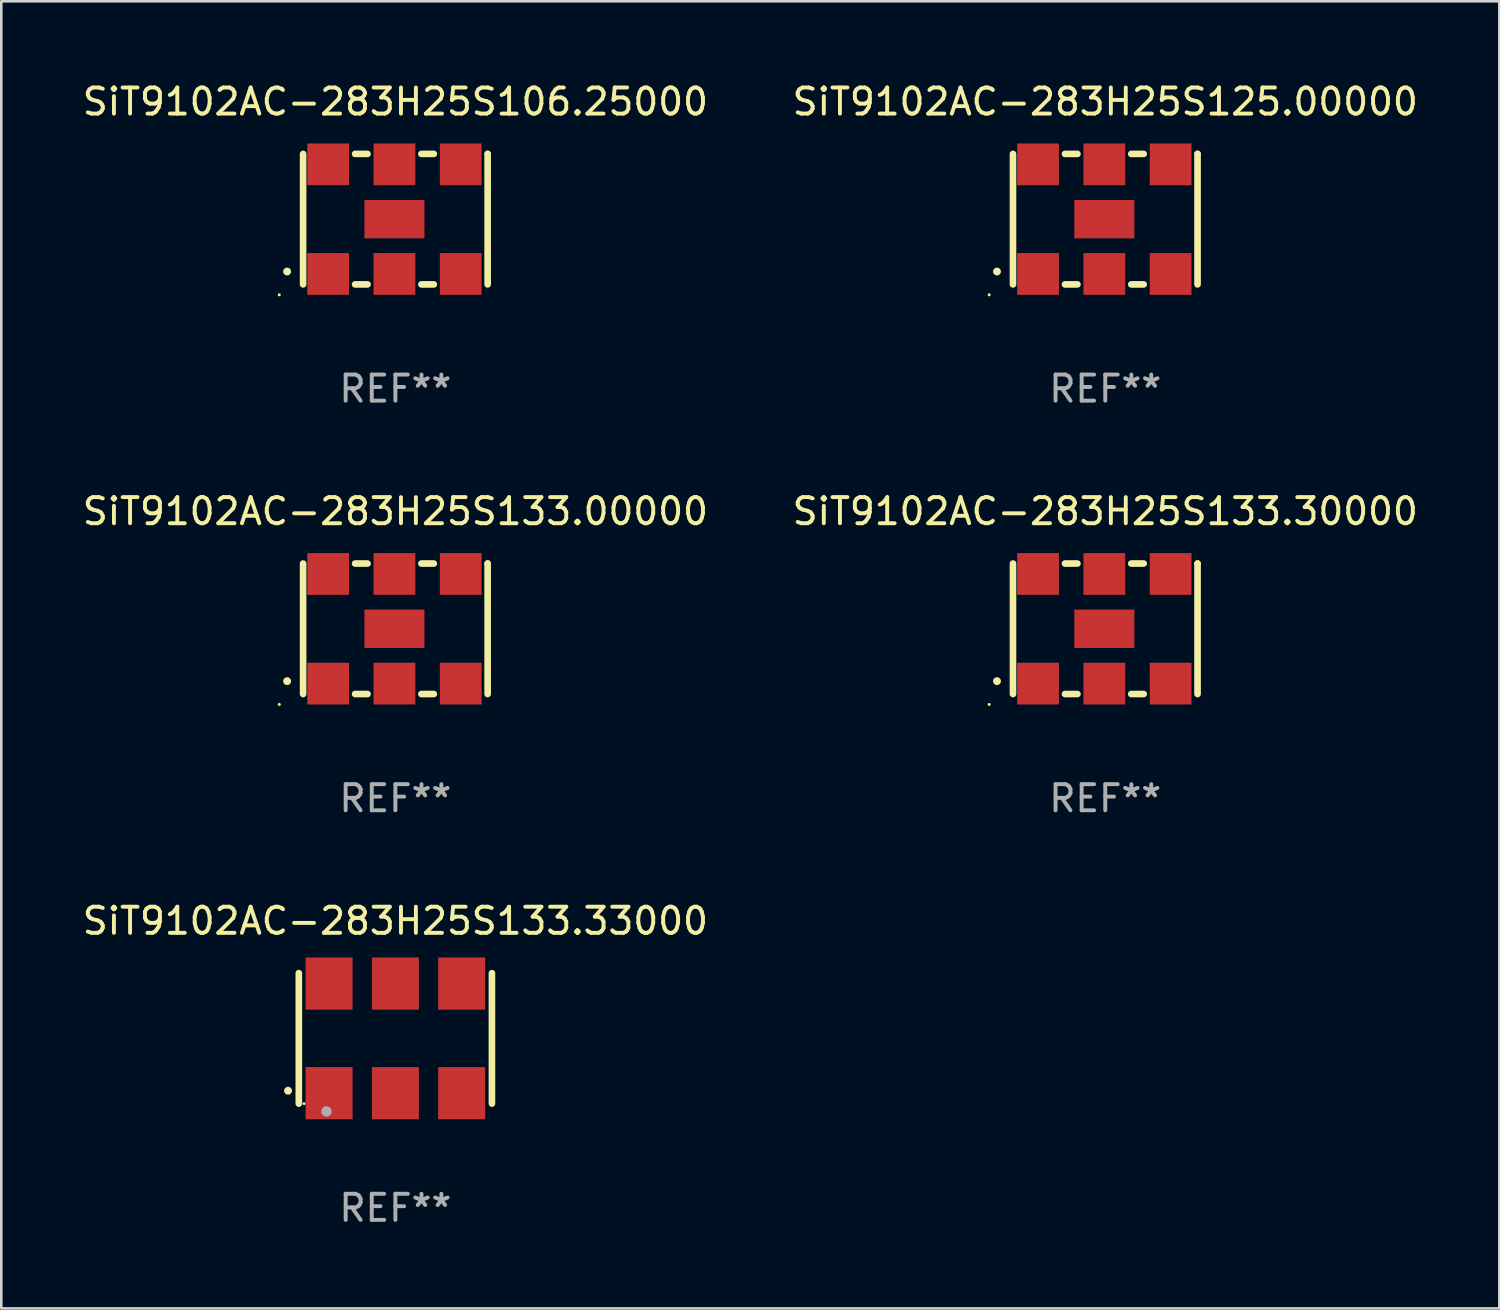
<source format=kicad_pcb>
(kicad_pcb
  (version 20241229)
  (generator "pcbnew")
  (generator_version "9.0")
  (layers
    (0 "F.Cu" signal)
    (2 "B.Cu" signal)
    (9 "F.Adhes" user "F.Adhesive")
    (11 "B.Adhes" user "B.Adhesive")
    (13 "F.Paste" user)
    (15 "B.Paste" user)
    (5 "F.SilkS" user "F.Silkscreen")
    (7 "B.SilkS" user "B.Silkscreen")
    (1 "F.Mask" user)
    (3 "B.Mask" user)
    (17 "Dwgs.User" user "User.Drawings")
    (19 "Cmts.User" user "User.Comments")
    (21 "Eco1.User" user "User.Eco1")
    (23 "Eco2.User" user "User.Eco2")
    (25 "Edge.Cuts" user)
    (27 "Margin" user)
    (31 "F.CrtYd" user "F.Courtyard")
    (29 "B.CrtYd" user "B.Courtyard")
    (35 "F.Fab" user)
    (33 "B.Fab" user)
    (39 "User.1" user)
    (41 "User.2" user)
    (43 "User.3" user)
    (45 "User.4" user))
  (footprint "SiT9102AC-283H25S125.00000"
    (layer "F.Cu")
    (at 39.304 5.348)
    (property "Reference" "SiT9102AC-283H25S125.00000" (at 0 -4.5 0) (layer "F.SilkS") (effects (font (size 1 1) (thickness 0.15))))
    (attr through_hole)
    (fp_line (start -3.536 -2.5) (end -3.536 2.5) (stroke (width 0.254) (type solid)) (layer "F.SilkS"))
    (fp_line (start -1.544 2.5) (end -1.067 2.5) (stroke (width 0.254) (type solid)) (layer "F.SilkS"))
    (fp_line (start -1.067 -2.5) (end -1.544 -2.5) (stroke (width 0.254) (type solid)) (layer "F.SilkS"))
    (fp_line (start 0.996 2.5) (end 1.473 2.5) (stroke (width 0.254) (type solid)) (layer "F.SilkS"))
    (fp_line (start 1.473 -2.5) (end 0.996 -2.5) (stroke (width 0.254) (type solid)) (layer "F.SilkS"))
    (fp_line (start 3.536 -2.5) (end 3.536 -2.5) (stroke (width 0.254) (type solid)) (layer "F.SilkS"))
    (fp_line (start 3.536 2.5) (end 3.536 -2.5) (stroke (width 0.254) (type solid)) (layer "F.SilkS"))
    (fp_arc (start -4.150432 2.006604) (mid -4.149162 2.006599) (end -4.147892 2.006604) (stroke (width 0.3) (type solid)) (layer "F.SilkS"))
    (fp_circle (center -4.449 2.9) (end -4.419 2.9) (stroke (width 0.06) (type solid)) (fill no) (layer "F.SilkS"))
    (fp_text user "REF**" (at 0 6.5 0) (layer "F.Fab") (effects (font (size 1 1) (thickness 0.15))))
    (pad "1" smd rect (at -2.576 2.1) (size 1.6 1.6) (layers "F.Cu" "F.Mask" "F.Paste"))
    (pad "2" smd rect (at -0.036 2.1) (size 1.6 1.6) (layers "F.Cu" "F.Mask" "F.Paste"))
    (pad "3" smd rect (at 2.504 2.1) (size 1.6 1.6) (layers "F.Cu" "F.Mask" "F.Paste"))
    (pad "4" smd rect (at 2.504 -2.1) (size 1.6 1.6) (layers "F.Cu" "F.Mask" "F.Paste"))
    (pad "5" smd rect (at -0.036 -2.1) (size 1.6 1.6) (layers "F.Cu" "F.Mask" "F.Paste"))
    (pad "6" smd rect (at -2.576 -2.1) (size 1.6 1.6) (layers "F.Cu" "F.Mask" "F.Paste"))
    (pad "7" smd rect (at -0.036 0) (size 2.3 1.47) (layers "F.Cu" "F.Mask" "F.Paste")))
  (footprint "SiT9102AC-283H25S133.33000"
    (layer "F.Cu")
    (at 12.101 36.741)
    (property "Reference" "SiT9102AC-283H25S133.33000" (at 0 -4.5 0) (layer "F.SilkS") (effects (font (size 1 1) (thickness 0.15))))
    (attr through_hole)
    (fp_line (start -3.7 -2.5) (end -3.7 2.5) (stroke (width 0.254) (type solid)) (layer "F.SilkS"))
    (fp_line (start 3.7 -2.5) (end 3.7 2.5) (stroke (width 0.254) (type solid)) (layer "F.SilkS"))
    (fp_arc (start -4.114415 2.006604) (mid -4.113145 2.006599) (end -4.111875 2.006604) (stroke (width 0.3) (type solid)) (layer "F.SilkS"))
    (fp_circle (center -3.5 2.501) (end -3.47 2.501) (stroke (width 0.06) (type solid)) (fill no) (layer "F.SilkS"))
    (fp_circle (center -2.641 2.799) (end -2.541 2.799) (stroke (width 0.2) (type solid)) (fill no) (layer "F.Fab"))
    (fp_text user "REF**" (at 0 6.5 0) (layer "F.Fab") (effects (font (size 1 1) (thickness 0.15))))
    (pad "1" smd rect (at -2.54 2.1) (size 1.8 2) (layers "F.Cu" "F.Mask" "F.Paste"))
    (pad "2" smd rect (at 0.000394 2.1) (size 1.8 2) (layers "F.Cu" "F.Mask" "F.Paste"))
    (pad "3" smd rect (at 2.54 2.1) (size 1.8 2) (layers "F.Cu" "F.Mask" "F.Paste"))
    (pad "4" smd rect (at 2.54 -2.1) (size 1.8 2) (layers "F.Cu" "F.Mask" "F.Paste"))
    (pad "5" smd rect (at 0.000394 -2.1) (size 1.8 2) (layers "F.Cu" "F.Mask" "F.Paste"))
    (pad "6" smd rect (at -2.54 -2.1) (size 1.8 2) (layers "F.Cu" "F.Mask" "F.Paste")))
  (footprint "SiT9102AC-283H25S106.25000"
    (layer "F.Cu")
    (at 12.101 5.348)
    (property "Reference" "SiT9102AC-283H25S106.25000" (at 0 -4.5 0) (layer "F.SilkS") (effects (font (size 1 1) (thickness 0.15))))
    (attr through_hole)
    (fp_line (start -3.536 -2.5) (end -3.536 2.5) (stroke (width 0.254) (type solid)) (layer "F.SilkS"))
    (fp_line (start -1.544 2.5) (end -1.067 2.5) (stroke (width 0.254) (type solid)) (layer "F.SilkS"))
    (fp_line (start -1.067 -2.5) (end -1.544 -2.5) (stroke (width 0.254) (type solid)) (layer "F.SilkS"))
    (fp_line (start 0.996 2.5) (end 1.473 2.5) (stroke (width 0.254) (type solid)) (layer "F.SilkS"))
    (fp_line (start 1.473 -2.5) (end 0.996 -2.5) (stroke (width 0.254) (type solid)) (layer "F.SilkS"))
    (fp_line (start 3.536 -2.5) (end 3.536 -2.5) (stroke (width 0.254) (type solid)) (layer "F.SilkS"))
    (fp_line (start 3.536 2.5) (end 3.536 -2.5) (stroke (width 0.254) (type solid)) (layer "F.SilkS"))
    (fp_arc (start -4.150432 2.006604) (mid -4.149162 2.006599) (end -4.147892 2.006604) (stroke (width 0.3) (type solid)) (layer "F.SilkS"))
    (fp_circle (center -4.449 2.9) (end -4.419 2.9) (stroke (width 0.06) (type solid)) (fill no) (layer "F.SilkS"))
    (fp_text user "REF**" (at 0 6.5 0) (layer "F.Fab") (effects (font (size 1 1) (thickness 0.15))))
    (pad "1" smd rect (at -2.576 2.1) (size 1.6 1.6) (layers "F.Cu" "F.Mask" "F.Paste"))
    (pad "2" smd rect (at -0.036 2.1) (size 1.6 1.6) (layers "F.Cu" "F.Mask" "F.Paste"))
    (pad "3" smd rect (at 2.504 2.1) (size 1.6 1.6) (layers "F.Cu" "F.Mask" "F.Paste"))
    (pad "4" smd rect (at 2.504 -2.1) (size 1.6 1.6) (layers "F.Cu" "F.Mask" "F.Paste"))
    (pad "5" smd rect (at -0.036 -2.1) (size 1.6 1.6) (layers "F.Cu" "F.Mask" "F.Paste"))
    (pad "6" smd rect (at -2.576 -2.1) (size 1.6 1.6) (layers "F.Cu" "F.Mask" "F.Paste"))
    (pad "7" smd rect (at -0.036 0) (size 2.3 1.47) (layers "F.Cu" "F.Mask" "F.Paste")))
  (footprint "SiT9102AC-283H25S133.00000"
    (layer "F.Cu")
    (at 12.101 21.045)
    (property "Reference" "SiT9102AC-283H25S133.00000" (at 0 -4.5 0) (layer "F.SilkS") (effects (font (size 1 1) (thickness 0.15))))
    (attr through_hole)
    (fp_line (start -3.536 -2.5) (end -3.536 2.5) (stroke (width 0.254) (type solid)) (layer "F.SilkS"))
    (fp_line (start -1.544 2.5) (end -1.067 2.5) (stroke (width 0.254) (type solid)) (layer "F.SilkS"))
    (fp_line (start -1.067 -2.5) (end -1.544 -2.5) (stroke (width 0.254) (type solid)) (layer "F.SilkS"))
    (fp_line (start 0.996 2.5) (end 1.473 2.5) (stroke (width 0.254) (type solid)) (layer "F.SilkS"))
    (fp_line (start 1.473 -2.5) (end 0.996 -2.5) (stroke (width 0.254) (type solid)) (layer "F.SilkS"))
    (fp_line (start 3.536 -2.5) (end 3.536 -2.5) (stroke (width 0.254) (type solid)) (layer "F.SilkS"))
    (fp_line (start 3.536 2.5) (end 3.536 -2.5) (stroke (width 0.254) (type solid)) (layer "F.SilkS"))
    (fp_arc (start -4.150432 2.006604) (mid -4.149162 2.006599) (end -4.147892 2.006604) (stroke (width 0.3) (type solid)) (layer "F.SilkS"))
    (fp_circle (center -4.449 2.9) (end -4.419 2.9) (stroke (width 0.06) (type solid)) (fill no) (layer "F.SilkS"))
    (fp_text user "REF**" (at 0 6.5 0) (layer "F.Fab") (effects (font (size 1 1) (thickness 0.15))))
    (pad "1" smd rect (at -2.576 2.1) (size 1.6 1.6) (layers "F.Cu" "F.Mask" "F.Paste"))
    (pad "2" smd rect (at -0.036 2.1) (size 1.6 1.6) (layers "F.Cu" "F.Mask" "F.Paste"))
    (pad "3" smd rect (at 2.504 2.1) (size 1.6 1.6) (layers "F.Cu" "F.Mask" "F.Paste"))
    (pad "4" smd rect (at 2.504 -2.1) (size 1.6 1.6) (layers "F.Cu" "F.Mask" "F.Paste"))
    (pad "5" smd rect (at -0.036 -2.1) (size 1.6 1.6) (layers "F.Cu" "F.Mask" "F.Paste"))
    (pad "6" smd rect (at -2.576 -2.1) (size 1.6 1.6) (layers "F.Cu" "F.Mask" "F.Paste"))
    (pad "7" smd rect (at -0.036 0) (size 2.3 1.47) (layers "F.Cu" "F.Mask" "F.Paste")))
  (footprint "SiT9102AC-283H25S133.30000"
    (layer "F.Cu")
    (at 39.304 21.045)
    (property "Reference" "SiT9102AC-283H25S133.30000" (at 0 -4.5 0) (layer "F.SilkS") (effects (font (size 1 1) (thickness 0.15))))
    (attr through_hole)
    (fp_line (start -3.536 -2.5) (end -3.536 2.5) (stroke (width 0.254) (type solid)) (layer "F.SilkS"))
    (fp_line (start -1.544 2.5) (end -1.067 2.5) (stroke (width 0.254) (type solid)) (layer "F.SilkS"))
    (fp_line (start -1.067 -2.5) (end -1.544 -2.5) (stroke (width 0.254) (type solid)) (layer "F.SilkS"))
    (fp_line (start 0.996 2.5) (end 1.473 2.5) (stroke (width 0.254) (type solid)) (layer "F.SilkS"))
    (fp_line (start 1.473 -2.5) (end 0.996 -2.5) (stroke (width 0.254) (type solid)) (layer "F.SilkS"))
    (fp_line (start 3.536 -2.5) (end 3.536 -2.5) (stroke (width 0.254) (type solid)) (layer "F.SilkS"))
    (fp_line (start 3.536 2.5) (end 3.536 -2.5) (stroke (width 0.254) (type solid)) (layer "F.SilkS"))
    (fp_arc (start -4.150432 2.006604) (mid -4.149162 2.006599) (end -4.147892 2.006604) (stroke (width 0.3) (type solid)) (layer "F.SilkS"))
    (fp_circle (center -4.449 2.9) (end -4.419 2.9) (stroke (width 0.06) (type solid)) (fill no) (layer "F.SilkS"))
    (fp_text user "REF**" (at 0 6.5 0) (layer "F.Fab") (effects (font (size 1 1) (thickness 0.15))))
    (pad "1" smd rect (at -2.576 2.1) (size 1.6 1.6) (layers "F.Cu" "F.Mask" "F.Paste"))
    (pad "2" smd rect (at -0.036 2.1) (size 1.6 1.6) (layers "F.Cu" "F.Mask" "F.Paste"))
    (pad "3" smd rect (at 2.504 2.1) (size 1.6 1.6) (layers "F.Cu" "F.Mask" "F.Paste"))
    (pad "4" smd rect (at 2.504 -2.1) (size 1.6 1.6) (layers "F.Cu" "F.Mask" "F.Paste"))
    (pad "5" smd rect (at -0.036 -2.1) (size 1.6 1.6) (layers "F.Cu" "F.Mask" "F.Paste"))
    (pad "6" smd rect (at -2.576 -2.1) (size 1.6 1.6) (layers "F.Cu" "F.Mask" "F.Paste"))
    (pad "7" smd rect (at -0.036 0) (size 2.3 1.47) (layers "F.Cu" "F.Mask" "F.Paste")))
  (gr_rect
    (start -3 -3)
    (end 54.405 47.09)
    (stroke (width 0.1) (type default))
    (fill no)
    (layer "Edge.Cuts")))
</source>
